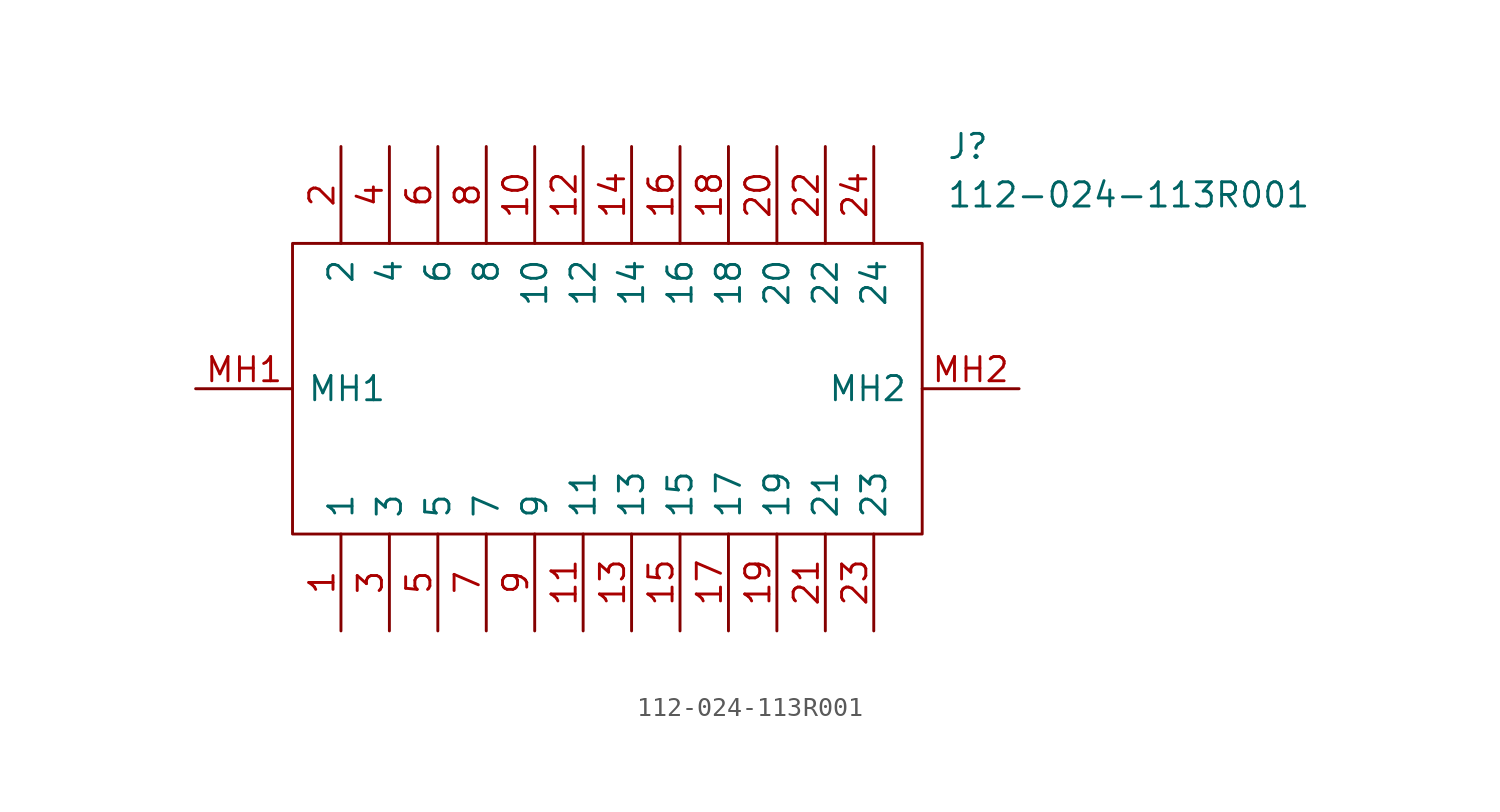
<source format=kicad_sym>
(kicad_symbol_lib
  (version 20211014)
  (generator kicad_symbol_editor)
  (symbol "112-024-113R001"
    (pin_names
      (offset 0.762))
    (property "Reference" "J"
      (at 39.37 12.7 0)
      (effects (font (size 1.27 1.27)) (justify left)))
    (property "Value" "112-024-113R001"
      (at 39.37 10.16 0)
      (effects (font (size 1.27 1.27)) (justify left)))
    (symbol "112-024-113R001_0_0"
      (pin passive line (at 7.62 -12.7 90) (length 5.08) (name "1" (effects (font (size 1.27 1.27)))) (number "1" (effects (font (size 1.27 1.27)))))
      (pin passive line (at 17.78 12.7 270) (length 5.08) (name "10" (effects (font (size 1.27 1.27)))) (number "10" (effects (font (size 1.27 1.27)))))
      (pin passive line (at 20.32 -12.7 90) (length 5.08) (name "11" (effects (font (size 1.27 1.27)))) (number "11" (effects (font (size 1.27 1.27)))))
      (pin passive line (at 20.32 12.7 270) (length 5.08) (name "12" (effects (font (size 1.27 1.27)))) (number "12" (effects (font (size 1.27 1.27)))))
      (pin passive line (at 22.86 -12.7 90) (length 5.08) (name "13" (effects (font (size 1.27 1.27)))) (number "13" (effects (font (size 1.27 1.27)))))
      (pin passive line (at 22.86 12.7 270) (length 5.08) (name "14" (effects (font (size 1.27 1.27)))) (number "14" (effects (font (size 1.27 1.27)))))
      (pin passive line (at 25.4 -12.7 90) (length 5.08) (name "15" (effects (font (size 1.27 1.27)))) (number "15" (effects (font (size 1.27 1.27)))))
      (pin passive line (at 25.4 12.7 270) (length 5.08) (name "16" (effects (font (size 1.27 1.27)))) (number "16" (effects (font (size 1.27 1.27)))))
      (pin passive line (at 27.94 -12.7 90) (length 5.08) (name "17" (effects (font (size 1.27 1.27)))) (number "17" (effects (font (size 1.27 1.27)))))
      (pin passive line (at 27.94 12.7 270) (length 5.08) (name "18" (effects (font (size 1.27 1.27)))) (number "18" (effects (font (size 1.27 1.27)))))
      (pin passive line (at 30.48 -12.7 90) (length 5.08) (name "19" (effects (font (size 1.27 1.27)))) (number "19" (effects (font (size 1.27 1.27)))))
      (pin passive line (at 7.62 12.7 270) (length 5.08) (name "2" (effects (font (size 1.27 1.27)))) (number "2" (effects (font (size 1.27 1.27)))))
      (pin passive line (at 30.48 12.7 270) (length 5.08) (name "20" (effects (font (size 1.27 1.27)))) (number "20" (effects (font (size 1.27 1.27)))))
      (pin passive line (at 33.02 -12.7 90) (length 5.08) (name "21" (effects (font (size 1.27 1.27)))) (number "21" (effects (font (size 1.27 1.27)))))
      (pin passive line (at 33.02 12.7 270) (length 5.08) (name "22" (effects (font (size 1.27 1.27)))) (number "22" (effects (font (size 1.27 1.27)))))
      (pin passive line (at 35.56 -12.7 90) (length 5.08) (name "23" (effects (font (size 1.27 1.27)))) (number "23" (effects (font (size 1.27 1.27)))))
      (pin passive line (at 35.56 12.7 270) (length 5.08) (name "24" (effects (font (size 1.27 1.27)))) (number "24" (effects (font (size 1.27 1.27)))))
      (pin passive line (at 10.16 -12.7 90) (length 5.08) (name "3" (effects (font (size 1.27 1.27)))) (number "3" (effects (font (size 1.27 1.27)))))
      (pin passive line (at 10.16 12.7 270) (length 5.08) (name "4" (effects (font (size 1.27 1.27)))) (number "4" (effects (font (size 1.27 1.27)))))
      (pin passive line (at 12.7 -12.7 90) (length 5.08) (name "5" (effects (font (size 1.27 1.27)))) (number "5" (effects (font (size 1.27 1.27)))))
      (pin passive line (at 12.7 12.7 270) (length 5.08) (name "6" (effects (font (size 1.27 1.27)))) (number "6" (effects (font (size 1.27 1.27)))))
      (pin passive line (at 15.24 -12.7 90) (length 5.08) (name "7" (effects (font (size 1.27 1.27)))) (number "7" (effects (font (size 1.27 1.27)))))
      (pin passive line (at 15.24 12.7 270) (length 5.08) (name "8" (effects (font (size 1.27 1.27)))) (number "8" (effects (font (size 1.27 1.27)))))
      (pin passive line (at 17.78 -12.7 90) (length 5.08) (name "9" (effects (font (size 1.27 1.27)))) (number "9" (effects (font (size 1.27 1.27)))))
      (pin passive line (at 0 0 0) (length 5.08) (name "MH1" (effects (font (size 1.27 1.27)))) (number "MH1" (effects (font (size 1.27 1.27)))))
      (pin passive line (at 43.18 0 180) (length 5.08) (name "MH2" (effects (font (size 1.27 1.27)))) (number "MH2" (effects (font (size 1.27 1.27))))))
    (symbol "112-024-113R001_0_1"
      (polyline (pts (xy 5.08 7.62) (xy 38.1 7.62) (xy 38.1 -7.62) (xy 5.08 -7.62) (xy 5.08 7.62)) (stroke (width 0.152) (type default) (color 0 0 0 0)) (fill (type none))))))
</source>
